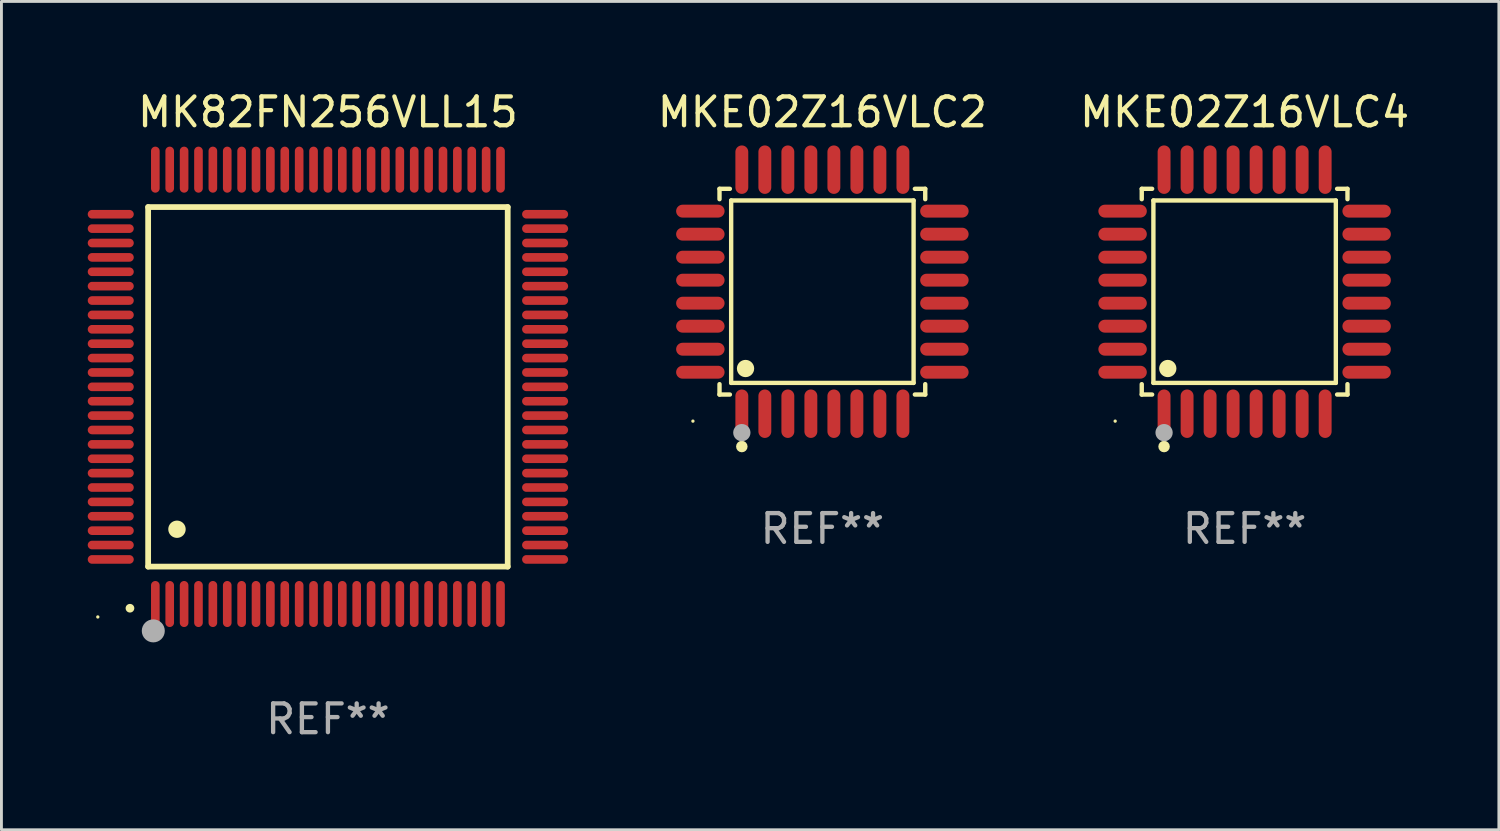
<source format=kicad_pcb>
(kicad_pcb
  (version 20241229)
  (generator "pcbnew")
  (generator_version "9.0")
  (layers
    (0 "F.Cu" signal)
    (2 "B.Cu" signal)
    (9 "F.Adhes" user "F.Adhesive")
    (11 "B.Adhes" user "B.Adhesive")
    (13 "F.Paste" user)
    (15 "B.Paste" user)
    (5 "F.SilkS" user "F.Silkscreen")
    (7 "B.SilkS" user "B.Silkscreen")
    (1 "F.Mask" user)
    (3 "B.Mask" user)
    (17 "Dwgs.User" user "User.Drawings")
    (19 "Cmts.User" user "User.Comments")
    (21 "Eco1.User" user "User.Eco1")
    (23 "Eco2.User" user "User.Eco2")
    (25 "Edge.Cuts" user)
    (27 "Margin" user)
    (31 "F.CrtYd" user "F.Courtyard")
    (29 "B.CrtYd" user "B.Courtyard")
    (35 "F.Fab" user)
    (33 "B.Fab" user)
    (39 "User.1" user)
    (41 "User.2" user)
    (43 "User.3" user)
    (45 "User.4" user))
  (footprint "MKE02Z16VLC2"
    (layer "F.Cu")
    (at 25.539 7.09)
    (property "Reference" "MKE02Z16VLC2" (at 0 -6.242 0) (layer "F.SilkS") (effects (font (size 1 1) (thickness 0.15))))
    (attr through_hole)
    (fp_line (start -3.576 -3.576) (end -3.215 -3.576) (stroke (width 0.152) (type solid)) (layer "F.SilkS"))
    (fp_line (start -3.576 -3.215) (end -3.576 -3.576) (stroke (width 0.152) (type solid)) (layer "F.SilkS"))
    (fp_line (start -3.576 3.215) (end -3.576 3.576) (stroke (width 0.152) (type solid)) (layer "F.SilkS"))
    (fp_line (start -3.576 3.576) (end -3.215 3.576) (stroke (width 0.152) (type solid)) (layer "F.SilkS"))
    (fp_line (start -3.171 -3.171) (end 3.171 -3.171) (stroke (width 0.152) (type solid)) (layer "F.SilkS"))
    (fp_line (start -3.171 3.171) (end -3.171 -3.171) (stroke (width 0.152) (type solid)) (layer "F.SilkS"))
    (fp_line (start 3.171 -3.171) (end 3.171 3.171) (stroke (width 0.152) (type solid)) (layer "F.SilkS"))
    (fp_line (start 3.171 3.171) (end -3.171 3.171) (stroke (width 0.152) (type solid)) (layer "F.SilkS"))
    (fp_line (start 3.576 -3.576) (end 3.215 -3.576) (stroke (width 0.152) (type solid)) (layer "F.SilkS"))
    (fp_line (start 3.576 -3.215) (end 3.576 -3.576) (stroke (width 0.152) (type solid)) (layer "F.SilkS"))
    (fp_line (start 3.576 3.215) (end 3.576 3.576) (stroke (width 0.152) (type solid)) (layer "F.SilkS"))
    (fp_line (start 3.576 3.576) (end 3.215 3.576) (stroke (width 0.152) (type solid)) (layer "F.SilkS"))
    (fp_circle (center -4.5 4.5) (end -4.47 4.5) (stroke (width 0.06) (type solid)) (fill no) (layer "F.SilkS"))
    (fp_circle (center -2.8 5.384) (end -2.7 5.384) (stroke (width 0.2) (type solid)) (fill no) (layer "F.SilkS"))
    (fp_circle (center -2.671 2.671) (end -2.521 2.671) (stroke (width 0.3) (type solid)) (fill no) (layer "F.SilkS"))
    (fp_circle (center -2.8 4.9) (end -2.65 4.9) (stroke (width 0.3) (type solid)) (fill no) (layer "F.Fab"))
    (fp_text user "REF**" (at 0 8.242 0) (layer "F.Fab") (effects (font (size 1 1) (thickness 0.15))))
    (pad "1" smd oval (at -2.8 4.242) (size 0.448 1.684) (layers "F.Cu" "F.Mask" "F.Paste"))
    (pad "2" smd oval (at -2 4.242) (size 0.448 1.684) (layers "F.Cu" "F.Mask" "F.Paste"))
    (pad "3" smd oval (at -1.2 4.242) (size 0.448 1.684) (layers "F.Cu" "F.Mask" "F.Paste"))
    (pad "4" smd oval (at -0.4 4.242) (size 0.448 1.684) (layers "F.Cu" "F.Mask" "F.Paste"))
    (pad "5" smd oval (at 0.4 4.242) (size 0.448 1.684) (layers "F.Cu" "F.Mask" "F.Paste"))
    (pad "6" smd oval (at 1.2 4.242) (size 0.448 1.684) (layers "F.Cu" "F.Mask" "F.Paste"))
    (pad "7" smd oval (at 2 4.242) (size 0.448 1.684) (layers "F.Cu" "F.Mask" "F.Paste"))
    (pad "8" smd oval (at 2.8 4.242) (size 0.448 1.684) (layers "F.Cu" "F.Mask" "F.Paste"))
    (pad "9" smd oval (at 4.242 2.8) (size 1.684 0.448) (layers "F.Cu" "F.Mask" "F.Paste"))
    (pad "10" smd oval (at 4.242 2) (size 1.684 0.448) (layers "F.Cu" "F.Mask" "F.Paste"))
    (pad "11" smd oval (at 4.242 1.2) (size 1.684 0.448) (layers "F.Cu" "F.Mask" "F.Paste"))
    (pad "12" smd oval (at 4.242 0.4) (size 1.684 0.448) (layers "F.Cu" "F.Mask" "F.Paste"))
    (pad "13" smd oval (at 4.242 -0.4) (size 1.684 0.448) (layers "F.Cu" "F.Mask" "F.Paste"))
    (pad "14" smd oval (at 4.242 -1.2) (size 1.684 0.448) (layers "F.Cu" "F.Mask" "F.Paste"))
    (pad "15" smd oval (at 4.242 -2) (size 1.684 0.448) (layers "F.Cu" "F.Mask" "F.Paste"))
    (pad "16" smd oval (at 4.242 -2.8) (size 1.684 0.448) (layers "F.Cu" "F.Mask" "F.Paste"))
    (pad "17" smd oval (at 2.8 -4.242) (size 0.448 1.684) (layers "F.Cu" "F.Mask" "F.Paste"))
    (pad "18" smd oval (at 2 -4.242) (size 0.448 1.684) (layers "F.Cu" "F.Mask" "F.Paste"))
    (pad "19" smd oval (at 1.2 -4.242) (size 0.448 1.684) (layers "F.Cu" "F.Mask" "F.Paste"))
    (pad "20" smd oval (at 0.4 -4.242) (size 0.448 1.684) (layers "F.Cu" "F.Mask" "F.Paste"))
    (pad "21" smd oval (at -0.4 -4.242) (size 0.448 1.684) (layers "F.Cu" "F.Mask" "F.Paste"))
    (pad "22" smd oval (at -1.2 -4.242) (size 0.448 1.684) (layers "F.Cu" "F.Mask" "F.Paste"))
    (pad "23" smd oval (at -2 -4.242) (size 0.448 1.684) (layers "F.Cu" "F.Mask" "F.Paste"))
    (pad "24" smd oval (at -2.8 -4.242) (size 0.448 1.684) (layers "F.Cu" "F.Mask" "F.Paste"))
    (pad "25" smd oval (at -4.242 -2.8) (size 1.684 0.448) (layers "F.Cu" "F.Mask" "F.Paste"))
    (pad "26" smd oval (at -4.242 -2) (size 1.684 0.448) (layers "F.Cu" "F.Mask" "F.Paste"))
    (pad "27" smd oval (at -4.242 -1.2) (size 1.684 0.448) (layers "F.Cu" "F.Mask" "F.Paste"))
    (pad "28" smd oval (at -4.242 -0.4) (size 1.684 0.448) (layers "F.Cu" "F.Mask" "F.Paste"))
    (pad "29" smd oval (at -4.242 0.4) (size 1.684 0.448) (layers "F.Cu" "F.Mask" "F.Paste"))
    (pad "30" smd oval (at -4.242 1.2) (size 1.684 0.448) (layers "F.Cu" "F.Mask" "F.Paste"))
    (pad "31" smd oval (at -4.242 2) (size 1.684 0.448) (layers "F.Cu" "F.Mask" "F.Paste"))
    (pad "32" smd oval (at -4.242 2.8) (size 1.684 0.448) (layers "F.Cu" "F.Mask" "F.Paste")))
  (footprint "MKE02Z16VLC4"
    (layer "F.Cu")
    (at 40.218 7.09)
    (property "Reference" "MKE02Z16VLC4" (at 0 -6.242 0) (layer "F.SilkS") (effects (font (size 1 1) (thickness 0.15))))
    (attr through_hole)
    (fp_line (start -3.576 -3.576) (end -3.215 -3.576) (stroke (width 0.152) (type solid)) (layer "F.SilkS"))
    (fp_line (start -3.576 -3.215) (end -3.576 -3.576) (stroke (width 0.152) (type solid)) (layer "F.SilkS"))
    (fp_line (start -3.576 3.215) (end -3.576 3.576) (stroke (width 0.152) (type solid)) (layer "F.SilkS"))
    (fp_line (start -3.576 3.576) (end -3.215 3.576) (stroke (width 0.152) (type solid)) (layer "F.SilkS"))
    (fp_line (start -3.171 -3.171) (end 3.171 -3.171) (stroke (width 0.152) (type solid)) (layer "F.SilkS"))
    (fp_line (start -3.171 3.171) (end -3.171 -3.171) (stroke (width 0.152) (type solid)) (layer "F.SilkS"))
    (fp_line (start 3.171 -3.171) (end 3.171 3.171) (stroke (width 0.152) (type solid)) (layer "F.SilkS"))
    (fp_line (start 3.171 3.171) (end -3.171 3.171) (stroke (width 0.152) (type solid)) (layer "F.SilkS"))
    (fp_line (start 3.576 -3.576) (end 3.215 -3.576) (stroke (width 0.152) (type solid)) (layer "F.SilkS"))
    (fp_line (start 3.576 -3.215) (end 3.576 -3.576) (stroke (width 0.152) (type solid)) (layer "F.SilkS"))
    (fp_line (start 3.576 3.215) (end 3.576 3.576) (stroke (width 0.152) (type solid)) (layer "F.SilkS"))
    (fp_line (start 3.576 3.576) (end 3.215 3.576) (stroke (width 0.152) (type solid)) (layer "F.SilkS"))
    (fp_circle (center -4.5 4.5) (end -4.47 4.5) (stroke (width 0.06) (type solid)) (fill no) (layer "F.SilkS"))
    (fp_circle (center -2.8 5.384) (end -2.7 5.384) (stroke (width 0.2) (type solid)) (fill no) (layer "F.SilkS"))
    (fp_circle (center -2.671 2.671) (end -2.521 2.671) (stroke (width 0.3) (type solid)) (fill no) (layer "F.SilkS"))
    (fp_circle (center -2.8 4.9) (end -2.65 4.9) (stroke (width 0.3) (type solid)) (fill no) (layer "F.Fab"))
    (fp_text user "REF**" (at 0 8.242 0) (layer "F.Fab") (effects (font (size 1 1) (thickness 0.15))))
    (pad "1" smd oval (at -2.8 4.242) (size 0.448 1.684) (layers "F.Cu" "F.Mask" "F.Paste"))
    (pad "2" smd oval (at -2 4.242) (size 0.448 1.684) (layers "F.Cu" "F.Mask" "F.Paste"))
    (pad "3" smd oval (at -1.2 4.242) (size 0.448 1.684) (layers "F.Cu" "F.Mask" "F.Paste"))
    (pad "4" smd oval (at -0.4 4.242) (size 0.448 1.684) (layers "F.Cu" "F.Mask" "F.Paste"))
    (pad "5" smd oval (at 0.4 4.242) (size 0.448 1.684) (layers "F.Cu" "F.Mask" "F.Paste"))
    (pad "6" smd oval (at 1.2 4.242) (size 0.448 1.684) (layers "F.Cu" "F.Mask" "F.Paste"))
    (pad "7" smd oval (at 2 4.242) (size 0.448 1.684) (layers "F.Cu" "F.Mask" "F.Paste"))
    (pad "8" smd oval (at 2.8 4.242) (size 0.448 1.684) (layers "F.Cu" "F.Mask" "F.Paste"))
    (pad "9" smd oval (at 4.242 2.8) (size 1.684 0.448) (layers "F.Cu" "F.Mask" "F.Paste"))
    (pad "10" smd oval (at 4.242 2) (size 1.684 0.448) (layers "F.Cu" "F.Mask" "F.Paste"))
    (pad "11" smd oval (at 4.242 1.2) (size 1.684 0.448) (layers "F.Cu" "F.Mask" "F.Paste"))
    (pad "12" smd oval (at 4.242 0.4) (size 1.684 0.448) (layers "F.Cu" "F.Mask" "F.Paste"))
    (pad "13" smd oval (at 4.242 -0.4) (size 1.684 0.448) (layers "F.Cu" "F.Mask" "F.Paste"))
    (pad "14" smd oval (at 4.242 -1.2) (size 1.684 0.448) (layers "F.Cu" "F.Mask" "F.Paste"))
    (pad "15" smd oval (at 4.242 -2) (size 1.684 0.448) (layers "F.Cu" "F.Mask" "F.Paste"))
    (pad "16" smd oval (at 4.242 -2.8) (size 1.684 0.448) (layers "F.Cu" "F.Mask" "F.Paste"))
    (pad "17" smd oval (at 2.8 -4.242) (size 0.448 1.684) (layers "F.Cu" "F.Mask" "F.Paste"))
    (pad "18" smd oval (at 2 -4.242) (size 0.448 1.684) (layers "F.Cu" "F.Mask" "F.Paste"))
    (pad "19" smd oval (at 1.2 -4.242) (size 0.448 1.684) (layers "F.Cu" "F.Mask" "F.Paste"))
    (pad "20" smd oval (at 0.4 -4.242) (size 0.448 1.684) (layers "F.Cu" "F.Mask" "F.Paste"))
    (pad "21" smd oval (at -0.4 -4.242) (size 0.448 1.684) (layers "F.Cu" "F.Mask" "F.Paste"))
    (pad "22" smd oval (at -1.2 -4.242) (size 0.448 1.684) (layers "F.Cu" "F.Mask" "F.Paste"))
    (pad "23" smd oval (at -2 -4.242) (size 0.448 1.684) (layers "F.Cu" "F.Mask" "F.Paste"))
    (pad "24" smd oval (at -2.8 -4.242) (size 0.448 1.684) (layers "F.Cu" "F.Mask" "F.Paste"))
    (pad "25" smd oval (at -4.242 -2.8) (size 1.684 0.448) (layers "F.Cu" "F.Mask" "F.Paste"))
    (pad "26" smd oval (at -4.242 -2) (size 1.684 0.448) (layers "F.Cu" "F.Mask" "F.Paste"))
    (pad "27" smd oval (at -4.242 -1.2) (size 1.684 0.448) (layers "F.Cu" "F.Mask" "F.Paste"))
    (pad "28" smd oval (at -4.242 -0.4) (size 1.684 0.448) (layers "F.Cu" "F.Mask" "F.Paste"))
    (pad "29" smd oval (at -4.242 0.4) (size 1.684 0.448) (layers "F.Cu" "F.Mask" "F.Paste"))
    (pad "30" smd oval (at -4.242 1.2) (size 1.684 0.448) (layers "F.Cu" "F.Mask" "F.Paste"))
    (pad "31" smd oval (at -4.242 2) (size 1.684 0.448) (layers "F.Cu" "F.Mask" "F.Paste"))
    (pad "32" smd oval (at -4.242 2.8) (size 1.684 0.448) (layers "F.Cu" "F.Mask" "F.Paste")))
  (footprint "MK82FN256VLL15"
    (layer "F.Cu")
    (at 8.35 10.398)
    (property "Reference" "MK82FN256VLL15" (at 0 -9.55 0) (layer "F.SilkS") (effects (font (size 1 1) (thickness 0.15))))
    (attr through_hole)
    (fp_line (start -6.25 -6.25) (end -6.25 6.25) (stroke (width 0.2) (type solid)) (layer "F.SilkS"))
    (fp_line (start -6.25 6.25) (end 6.25 6.25) (stroke (width 0.2) (type solid)) (layer "F.SilkS"))
    (fp_line (start 6.25 -6.25) (end -6.25 -6.25) (stroke (width 0.2) (type solid)) (layer "F.SilkS"))
    (fp_line (start 6.25 6.25) (end 6.25 -6.25) (stroke (width 0.2) (type solid)) (layer "F.SilkS"))
    (fp_arc (start -6.883414 7.696215) (mid -6.882144 7.69621) (end -6.880874 7.696215) (stroke (width 0.3) (type solid)) (layer "F.SilkS"))
    (fp_arc (start -5.250191 4.95047) (mid -5.247651 4.950459) (end -5.245111 4.95047) (stroke (width 0.6) (type solid)) (layer "F.SilkS"))
    (fp_circle (center -8 8) (end -7.97 8) (stroke (width 0.06) (type solid)) (fill no) (layer "F.SilkS"))
    (fp_circle (center -6.071 8.484) (end -5.871 8.484) (stroke (width 0.4) (type solid)) (fill no) (layer "F.Fab"))
    (fp_text user "REF**" (at 0 11.55 0) (layer "F.Fab") (effects (font (size 1 1) (thickness 0.15))))
    (pad "1" smd oval (at -6 7.55) (size 0.3 1.6) (layers "F.Cu" "F.Mask" "F.Paste"))
    (pad "2" smd oval (at -5.5 7.55) (size 0.3 1.6) (layers "F.Cu" "F.Mask" "F.Paste"))
    (pad "3" smd oval (at -5 7.55) (size 0.3 1.6) (layers "F.Cu" "F.Mask" "F.Paste"))
    (pad "4" smd oval (at -4.5 7.55) (size 0.3 1.6) (layers "F.Cu" "F.Mask" "F.Paste"))
    (pad "5" smd oval (at -4 7.55) (size 0.3 1.6) (layers "F.Cu" "F.Mask" "F.Paste"))
    (pad "6" smd oval (at -3.5 7.55) (size 0.3 1.6) (layers "F.Cu" "F.Mask" "F.Paste"))
    (pad "7" smd oval (at -3 7.55) (size 0.3 1.6) (layers "F.Cu" "F.Mask" "F.Paste"))
    (pad "8" smd oval (at -2.5 7.55) (size 0.3 1.6) (layers "F.Cu" "F.Mask" "F.Paste"))
    (pad "9" smd oval (at -2 7.55) (size 0.3 1.6) (layers "F.Cu" "F.Mask" "F.Paste"))
    (pad "10" smd oval (at -1.5 7.55) (size 0.3 1.6) (layers "F.Cu" "F.Mask" "F.Paste"))
    (pad "11" smd oval (at -1 7.55) (size 0.3 1.6) (layers "F.Cu" "F.Mask" "F.Paste"))
    (pad "12" smd oval (at -0.5 7.55) (size 0.3 1.6) (layers "F.Cu" "F.Mask" "F.Paste"))
    (pad "13" smd oval (at 0 7.55) (size 0.3 1.6) (layers "F.Cu" "F.Mask" "F.Paste"))
    (pad "14" smd oval (at 0.5 7.55) (size 0.3 1.6) (layers "F.Cu" "F.Mask" "F.Paste"))
    (pad "15" smd oval (at 1 7.55) (size 0.3 1.6) (layers "F.Cu" "F.Mask" "F.Paste"))
    (pad "16" smd oval (at 1.5 7.55) (size 0.3 1.6) (layers "F.Cu" "F.Mask" "F.Paste"))
    (pad "17" smd oval (at 2 7.55) (size 0.3 1.6) (layers "F.Cu" "F.Mask" "F.Paste"))
    (pad "18" smd oval (at 2.5 7.55) (size 0.3 1.6) (layers "F.Cu" "F.Mask" "F.Paste"))
    (pad "19" smd oval (at 3 7.55) (size 0.3 1.6) (layers "F.Cu" "F.Mask" "F.Paste"))
    (pad "20" smd oval (at 3.5 7.55) (size 0.3 1.6) (layers "F.Cu" "F.Mask" "F.Paste"))
    (pad "21" smd oval (at 4 7.55) (size 0.3 1.6) (layers "F.Cu" "F.Mask" "F.Paste"))
    (pad "22" smd oval (at 4.5 7.55) (size 0.3 1.6) (layers "F.Cu" "F.Mask" "F.Paste"))
    (pad "23" smd oval (at 5 7.55) (size 0.3 1.6) (layers "F.Cu" "F.Mask" "F.Paste"))
    (pad "24" smd oval (at 5.5 7.55) (size 0.3 1.6) (layers "F.Cu" "F.Mask" "F.Paste"))
    (pad "25" smd oval (at 6 7.55) (size 0.3 1.6) (layers "F.Cu" "F.Mask" "F.Paste"))
    (pad "26" smd oval (at 7.55 6) (size 1.6 0.3) (layers "F.Cu" "F.Mask" "F.Paste"))
    (pad "27" smd oval (at 7.55 5.5) (size 1.6 0.3) (layers "F.Cu" "F.Mask" "F.Paste"))
    (pad "28" smd oval (at 7.55 5) (size 1.6 0.3) (layers "F.Cu" "F.Mask" "F.Paste"))
    (pad "29" smd oval (at 7.55 4.5) (size 1.6 0.3) (layers "F.Cu" "F.Mask" "F.Paste"))
    (pad "30" smd oval (at 7.55 4) (size 1.6 0.3) (layers "F.Cu" "F.Mask" "F.Paste"))
    (pad "31" smd oval (at 7.55 3.5) (size 1.6 0.3) (layers "F.Cu" "F.Mask" "F.Paste"))
    (pad "32" smd oval (at 7.55 3) (size 1.6 0.3) (layers "F.Cu" "F.Mask" "F.Paste"))
    (pad "33" smd oval (at 7.55 2.5) (size 1.6 0.3) (layers "F.Cu" "F.Mask" "F.Paste"))
    (pad "34" smd oval (at 7.55 2) (size 1.6 0.3) (layers "F.Cu" "F.Mask" "F.Paste"))
    (pad "35" smd oval (at 7.55 1.5) (size 1.6 0.3) (layers "F.Cu" "F.Mask" "F.Paste"))
    (pad "36" smd oval (at 7.55 1) (size 1.6 0.3) (layers "F.Cu" "F.Mask" "F.Paste"))
    (pad "37" smd oval (at 7.55 0.5) (size 1.6 0.3) (layers "F.Cu" "F.Mask" "F.Paste"))
    (pad "38" smd oval (at 7.55 0) (size 1.6 0.3) (layers "F.Cu" "F.Mask" "F.Paste"))
    (pad "39" smd oval (at 7.55 -0.5) (size 1.6 0.3) (layers "F.Cu" "F.Mask" "F.Paste"))
    (pad "40" smd oval (at 7.55 -1) (size 1.6 0.3) (layers "F.Cu" "F.Mask" "F.Paste"))
    (pad "41" smd oval (at 7.55 -1.5) (size 1.6 0.3) (layers "F.Cu" "F.Mask" "F.Paste"))
    (pad "42" smd oval (at 7.55 -2) (size 1.6 0.3) (layers "F.Cu" "F.Mask" "F.Paste"))
    (pad "43" smd oval (at 7.55 -2.5) (size 1.6 0.3) (layers "F.Cu" "F.Mask" "F.Paste"))
    (pad "44" smd oval (at 7.55 -3) (size 1.6 0.3) (layers "F.Cu" "F.Mask" "F.Paste"))
    (pad "45" smd oval (at 7.55 -3.5) (size 1.6 0.3) (layers "F.Cu" "F.Mask" "F.Paste"))
    (pad "46" smd oval (at 7.55 -4) (size 1.6 0.3) (layers "F.Cu" "F.Mask" "F.Paste"))
    (pad "47" smd oval (at 7.55 -4.5) (size 1.6 0.3) (layers "F.Cu" "F.Mask" "F.Paste"))
    (pad "48" smd oval (at 7.55 -5) (size 1.6 0.3) (layers "F.Cu" "F.Mask" "F.Paste"))
    (pad "49" smd oval (at 7.55 -5.5) (size 1.6 0.3) (layers "F.Cu" "F.Mask" "F.Paste"))
    (pad "50" smd oval (at 7.55 -6) (size 1.6 0.3) (layers "F.Cu" "F.Mask" "F.Paste"))
    (pad "51" smd oval (at 6 -7.55) (size 0.3 1.6) (layers "F.Cu" "F.Mask" "F.Paste"))
    (pad "52" smd oval (at 5.5 -7.55) (size 0.3 1.6) (layers "F.Cu" "F.Mask" "F.Paste"))
    (pad "53" smd oval (at 5 -7.55) (size 0.3 1.6) (layers "F.Cu" "F.Mask" "F.Paste"))
    (pad "54" smd oval (at 4.5 -7.55) (size 0.3 1.6) (layers "F.Cu" "F.Mask" "F.Paste"))
    (pad "55" smd oval (at 4 -7.55) (size 0.3 1.6) (layers "F.Cu" "F.Mask" "F.Paste"))
    (pad "56" smd oval (at 3.5 -7.55) (size 0.3 1.6) (layers "F.Cu" "F.Mask" "F.Paste"))
    (pad "57" smd oval (at 3 -7.55) (size 0.3 1.6) (layers "F.Cu" "F.Mask" "F.Paste"))
    (pad "58" smd oval (at 2.5 -7.55) (size 0.3 1.6) (layers "F.Cu" "F.Mask" "F.Paste"))
    (pad "59" smd oval (at 2 -7.55) (size 0.3 1.6) (layers "F.Cu" "F.Mask" "F.Paste"))
    (pad "60" smd oval (at 1.5 -7.55) (size 0.3 1.6) (layers "F.Cu" "F.Mask" "F.Paste"))
    (pad "61" smd oval (at 1 -7.55) (size 0.3 1.6) (layers "F.Cu" "F.Mask" "F.Paste"))
    (pad "62" smd oval (at 0.5 -7.55) (size 0.3 1.6) (layers "F.Cu" "F.Mask" "F.Paste"))
    (pad "63" smd oval (at 0 -7.55) (size 0.3 1.6) (layers "F.Cu" "F.Mask" "F.Paste"))
    (pad "64" smd oval (at -0.5 -7.55) (size 0.3 1.6) (layers "F.Cu" "F.Mask" "F.Paste"))
    (pad "65" smd oval (at -1 -7.55) (size 0.3 1.6) (layers "F.Cu" "F.Mask" "F.Paste"))
    (pad "66" smd oval (at -1.5 -7.55) (size 0.3 1.6) (layers "F.Cu" "F.Mask" "F.Paste"))
    (pad "67" smd oval (at -2 -7.55) (size 0.3 1.6) (layers "F.Cu" "F.Mask" "F.Paste"))
    (pad "68" smd oval (at -2.5 -7.55) (size 0.3 1.6) (layers "F.Cu" "F.Mask" "F.Paste"))
    (pad "69" smd oval (at -3 -7.55) (size 0.3 1.6) (layers "F.Cu" "F.Mask" "F.Paste"))
    (pad "70" smd oval (at -3.5 -7.55) (size 0.3 1.6) (layers "F.Cu" "F.Mask" "F.Paste"))
    (pad "71" smd oval (at -4 -7.55) (size 0.3 1.6) (layers "F.Cu" "F.Mask" "F.Paste"))
    (pad "72" smd oval (at -4.5 -7.55) (size 0.3 1.6) (layers "F.Cu" "F.Mask" "F.Paste"))
    (pad "73" smd oval (at -5 -7.55) (size 0.3 1.6) (layers "F.Cu" "F.Mask" "F.Paste"))
    (pad "74" smd oval (at -5.5 -7.55) (size 0.3 1.6) (layers "F.Cu" "F.Mask" "F.Paste"))
    (pad "75" smd oval (at -6 -7.55) (size 0.3 1.6) (layers "F.Cu" "F.Mask" "F.Paste"))
    (pad "76" smd oval (at -7.55 -6) (size 1.6 0.3) (layers "F.Cu" "F.Mask" "F.Paste"))
    (pad "77" smd oval (at -7.55 -5.5) (size 1.6 0.3) (layers "F.Cu" "F.Mask" "F.Paste"))
    (pad "78" smd oval (at -7.55 -5) (size 1.6 0.3) (layers "F.Cu" "F.Mask" "F.Paste"))
    (pad "79" smd oval (at -7.55 -4.5) (size 1.6 0.3) (layers "F.Cu" "F.Mask" "F.Paste"))
    (pad "80" smd oval (at -7.55 -4) (size 1.6 0.3) (layers "F.Cu" "F.Mask" "F.Paste"))
    (pad "81" smd oval (at -7.55 -3.5) (size 1.6 0.3) (layers "F.Cu" "F.Mask" "F.Paste"))
    (pad "82" smd oval (at -7.55 -3) (size 1.6 0.3) (layers "F.Cu" "F.Mask" "F.Paste"))
    (pad "83" smd oval (at -7.55 -2.5) (size 1.6 0.3) (layers "F.Cu" "F.Mask" "F.Paste"))
    (pad "84" smd oval (at -7.55 -2) (size 1.6 0.3) (layers "F.Cu" "F.Mask" "F.Paste"))
    (pad "85" smd oval (at -7.55 -1.5) (size 1.6 0.3) (layers "F.Cu" "F.Mask" "F.Paste"))
    (pad "86" smd oval (at -7.55 -1) (size 1.6 0.3) (layers "F.Cu" "F.Mask" "F.Paste"))
    (pad "87" smd oval (at -7.55 -0.5) (size 1.6 0.3) (layers "F.Cu" "F.Mask" "F.Paste"))
    (pad "88" smd oval (at -7.55 0) (size 1.6 0.3) (layers "F.Cu" "F.Mask" "F.Paste"))
    (pad "89" smd oval (at -7.55 0.5) (size 1.6 0.3) (layers "F.Cu" "F.Mask" "F.Paste"))
    (pad "90" smd oval (at -7.55 1) (size 1.6 0.3) (layers "F.Cu" "F.Mask" "F.Paste"))
    (pad "91" smd oval (at -7.55 1.5) (size 1.6 0.3) (layers "F.Cu" "F.Mask" "F.Paste"))
    (pad "92" smd oval (at -7.55 2) (size 1.6 0.3) (layers "F.Cu" "F.Mask" "F.Paste"))
    (pad "93" smd oval (at -7.55 2.5) (size 1.6 0.3) (layers "F.Cu" "F.Mask" "F.Paste"))
    (pad "94" smd oval (at -7.55 3) (size 1.6 0.3) (layers "F.Cu" "F.Mask" "F.Paste"))
    (pad "95" smd oval (at -7.55 3.5) (size 1.6 0.3) (layers "F.Cu" "F.Mask" "F.Paste"))
    (pad "96" smd oval (at -7.55 4) (size 1.6 0.3) (layers "F.Cu" "F.Mask" "F.Paste"))
    (pad "97" smd oval (at -7.55 4.5) (size 1.6 0.3) (layers "F.Cu" "F.Mask" "F.Paste"))
    (pad "98" smd oval (at -7.55 5) (size 1.6 0.3) (layers "F.Cu" "F.Mask" "F.Paste"))
    (pad "99" smd oval (at -7.55 5.5) (size 1.6 0.3) (layers "F.Cu" "F.Mask" "F.Paste"))
    (pad "100" smd oval (at -7.55 6) (size 1.6 0.3) (layers "F.Cu" "F.Mask" "F.Paste")))
  (gr_rect
    (start -3 -3)
    (end 49.057 25.796)
    (stroke (width 0.1) (type default))
    (fill no)
    (layer "Edge.Cuts")))
</source>
